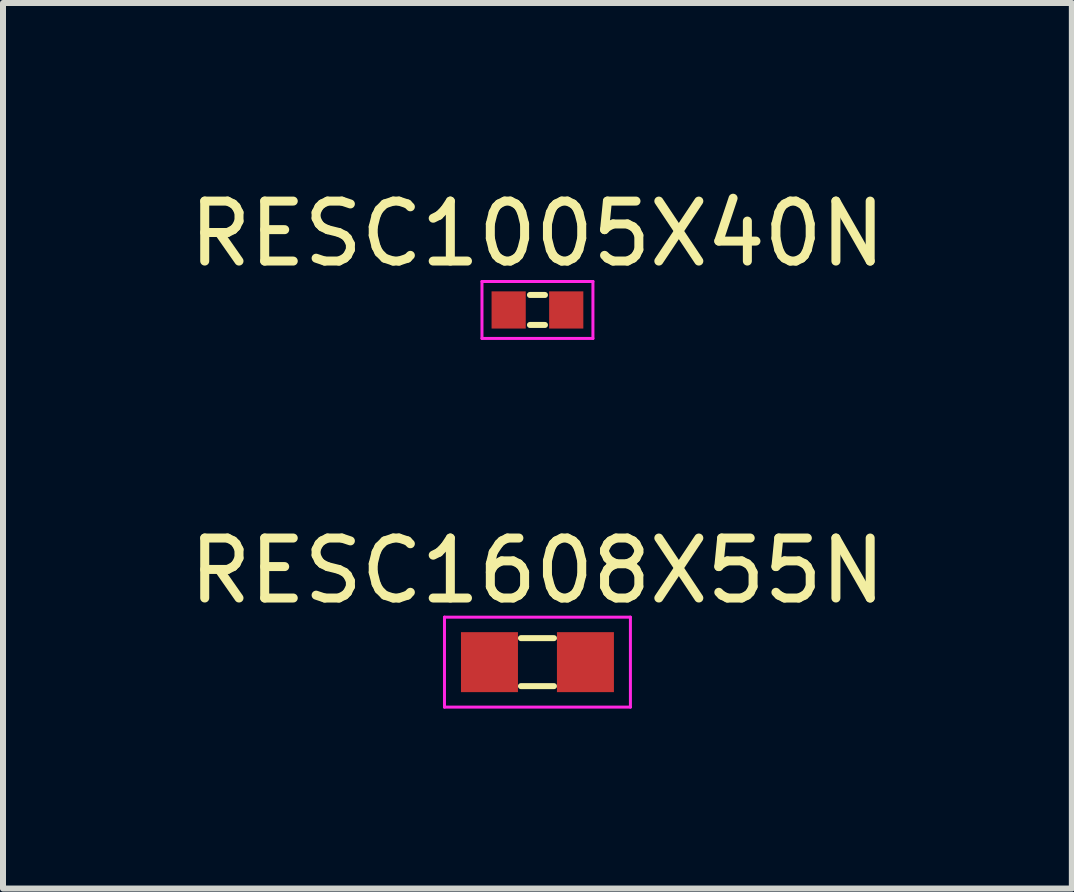
<source format=kicad_pcb>
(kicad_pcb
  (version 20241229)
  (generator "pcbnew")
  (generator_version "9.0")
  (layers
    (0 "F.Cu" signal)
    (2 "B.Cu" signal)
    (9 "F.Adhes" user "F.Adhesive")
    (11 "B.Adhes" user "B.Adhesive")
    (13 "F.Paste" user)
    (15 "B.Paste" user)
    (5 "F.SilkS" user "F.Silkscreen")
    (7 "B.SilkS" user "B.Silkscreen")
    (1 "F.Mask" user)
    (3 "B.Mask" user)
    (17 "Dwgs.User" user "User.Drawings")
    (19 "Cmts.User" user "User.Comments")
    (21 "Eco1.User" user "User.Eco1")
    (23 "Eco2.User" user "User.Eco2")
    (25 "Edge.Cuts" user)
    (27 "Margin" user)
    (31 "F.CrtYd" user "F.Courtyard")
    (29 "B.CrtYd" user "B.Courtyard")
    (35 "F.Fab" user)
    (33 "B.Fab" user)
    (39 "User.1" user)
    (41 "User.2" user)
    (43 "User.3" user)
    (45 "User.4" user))
  (footprint "RESC1005X40N"
    (layer "F.Cu")
    (at 5.911 2.118)
    (property "Reference" "RESC1005X40N" (at 0 -1.27 0) (layer "F.SilkS") (effects (font (size 1 1) (thickness 0.15))))
    (attr through_hole)
    (fp_line (start -0.125 -0.25) (end 0.125 -0.25) (stroke (width 0.1) (type solid)) (layer "F.SilkS"))
    (fp_line (start -0.125 0.25) (end 0.125 0.25) (stroke (width 0.1) (type solid)) (layer "F.SilkS"))
    (fp_line (start -0.925 -0.475) (end -0.925 0.475) (stroke (width 0.05) (type solid)) (layer "F.CrtYd"))
    (fp_line (start -0.925 0.475) (end 0.925 0.475) (stroke (width 0.05) (type solid)) (layer "F.CrtYd"))
    (fp_line (start 0.925 -0.475) (end -0.925 -0.475) (stroke (width 0.05) (type solid)) (layer "F.CrtYd"))
    (fp_line (start 0.925 0.475) (end 0.925 -0.475) (stroke (width 0.05) (type solid)) (layer "F.CrtYd"))
    (pad "1" smd rect (at -0.48 0) (size 0.57 0.62) (layers "F.Cu" "F.Mask" "F.Paste"))
    (pad "2" smd rect (at 0.48 0) (size 0.57 0.62) (layers "F.Cu" "F.Mask" "F.Paste")))
  (footprint "RESC1608X55N"
    (layer "F.Cu")
    (at 5.911 7.99)
    (property "Reference" "RESC1608X55N" (at 0 -1.524 0) (layer "F.SilkS") (effects (font (size 1 1) (thickness 0.15))))
    (attr through_hole)
    (fp_line (start -0.275 -0.4) (end 0.275 -0.4) (stroke (width 0.1) (type solid)) (layer "F.SilkS"))
    (fp_line (start -0.275 0.4) (end 0.275 0.4) (stroke (width 0.1) (type solid)) (layer "F.SilkS"))
    (fp_line (start -1.55 -0.75) (end -1.55 0.75) (stroke (width 0.05) (type solid)) (layer "F.CrtYd"))
    (fp_line (start -1.55 0.75) (end 1.55 0.75) (stroke (width 0.05) (type solid)) (layer "F.CrtYd"))
    (fp_line (start 1.55 -0.75) (end -1.55 -0.75) (stroke (width 0.05) (type solid)) (layer "F.CrtYd"))
    (fp_line (start 1.55 0.75) (end 1.55 -0.75) (stroke (width 0.05) (type solid)) (layer "F.CrtYd"))
    (pad "1" smd rect (at -0.8 0) (size 0.95 1) (layers "F.Cu" "F.Mask" "F.Paste"))
    (pad "2" smd rect (at 0.8 0) (size 0.95 1) (layers "F.Cu" "F.Mask" "F.Paste")))
  (gr_rect
    (start -3 -3)
    (end 14.821 11.765)
    (stroke (width 0.1) (type default))
    (fill no)
    (layer "Edge.Cuts")))
</source>
